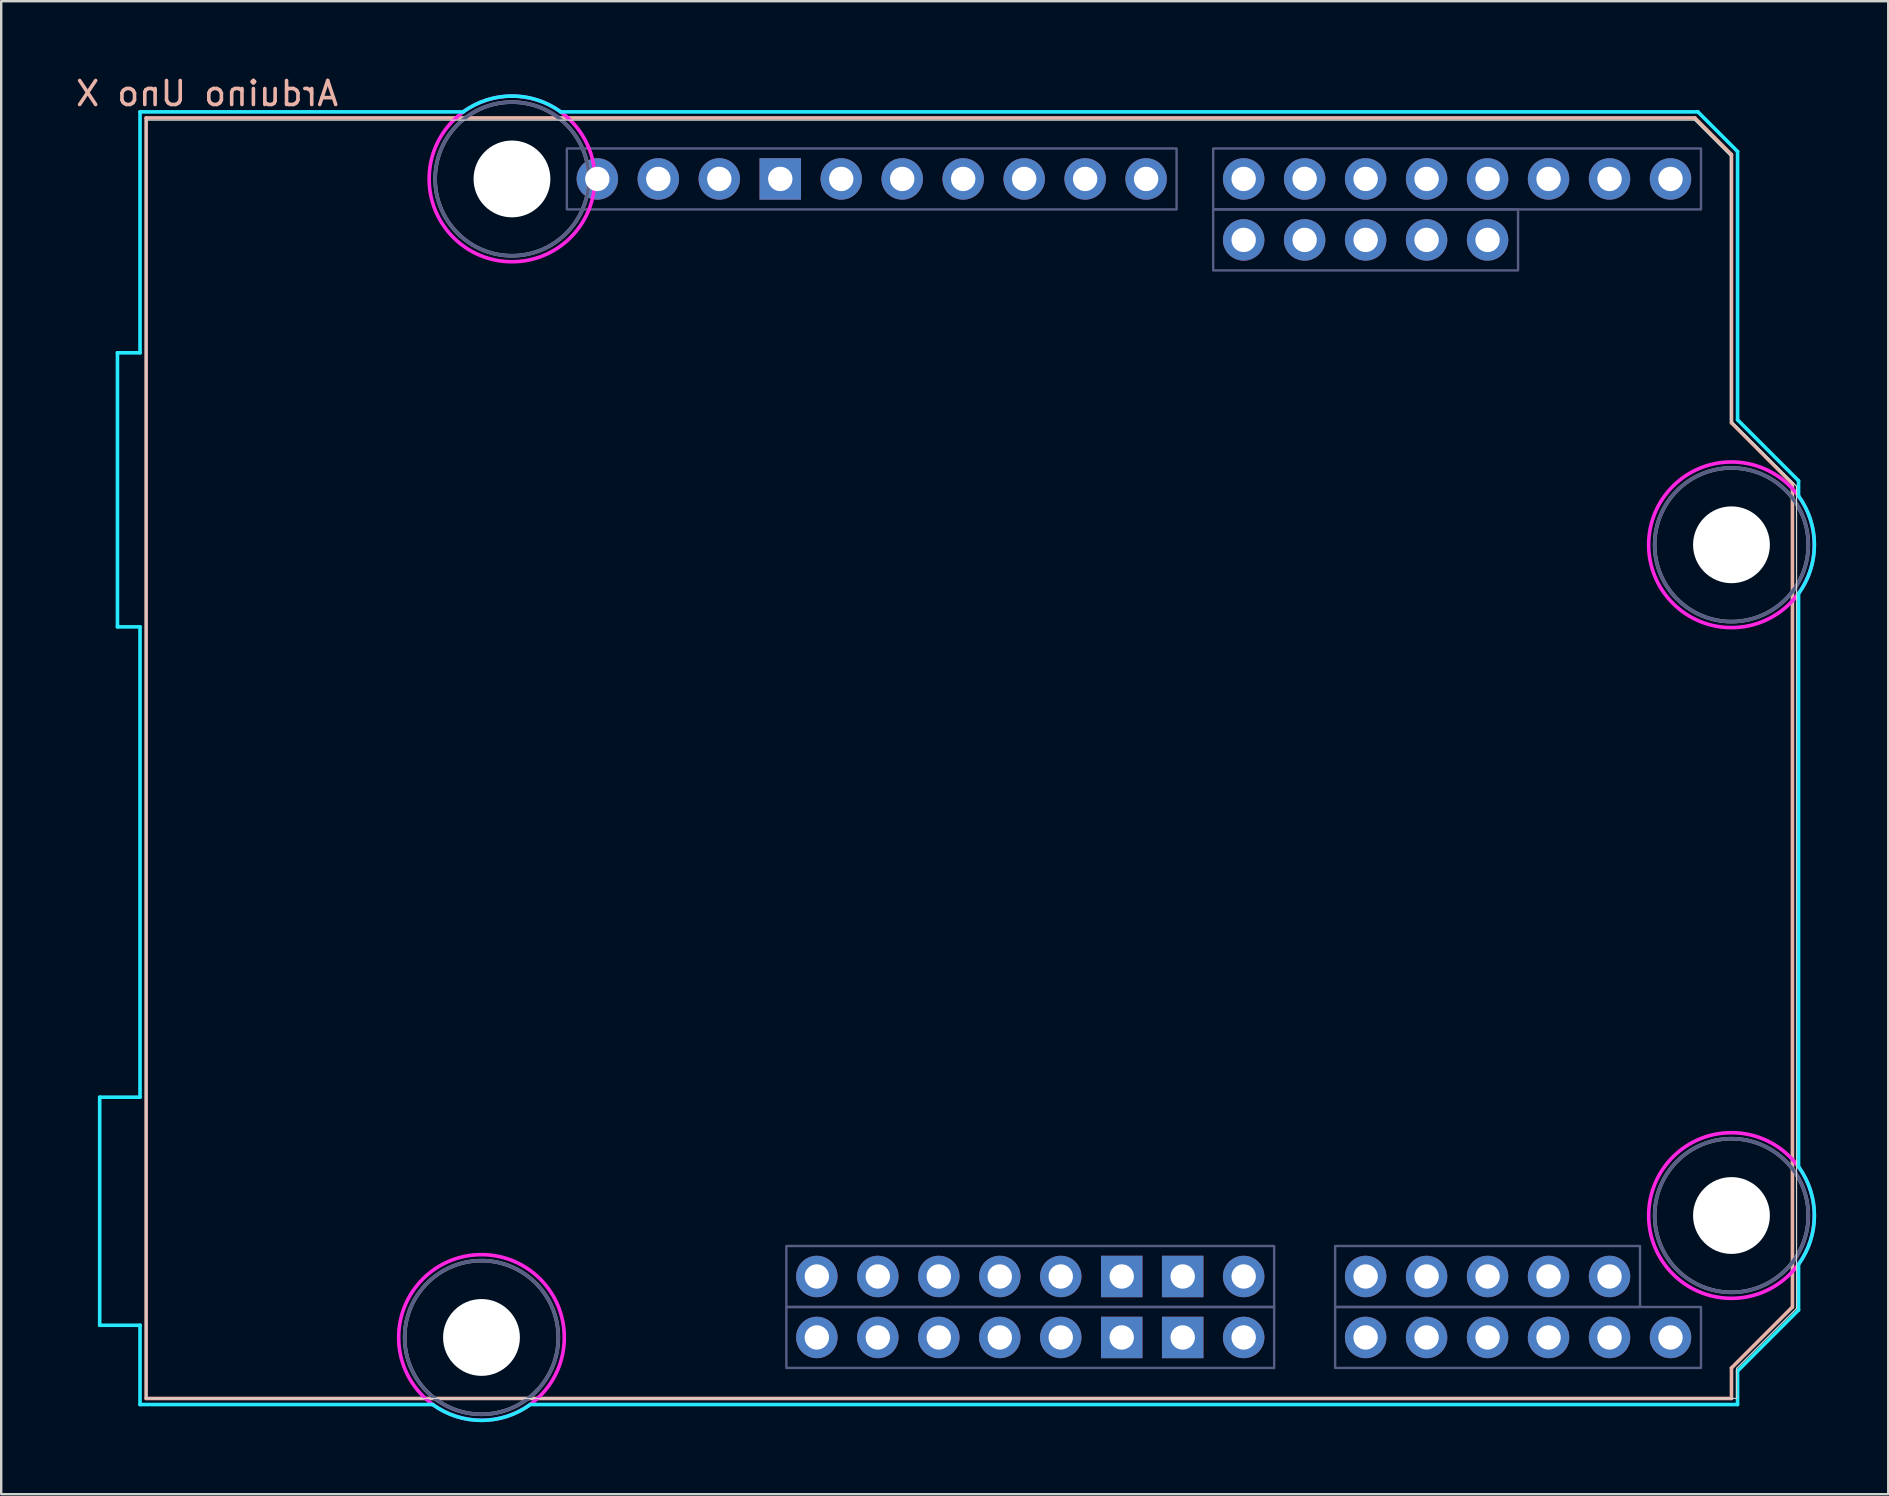
<source format=kicad_pcb>
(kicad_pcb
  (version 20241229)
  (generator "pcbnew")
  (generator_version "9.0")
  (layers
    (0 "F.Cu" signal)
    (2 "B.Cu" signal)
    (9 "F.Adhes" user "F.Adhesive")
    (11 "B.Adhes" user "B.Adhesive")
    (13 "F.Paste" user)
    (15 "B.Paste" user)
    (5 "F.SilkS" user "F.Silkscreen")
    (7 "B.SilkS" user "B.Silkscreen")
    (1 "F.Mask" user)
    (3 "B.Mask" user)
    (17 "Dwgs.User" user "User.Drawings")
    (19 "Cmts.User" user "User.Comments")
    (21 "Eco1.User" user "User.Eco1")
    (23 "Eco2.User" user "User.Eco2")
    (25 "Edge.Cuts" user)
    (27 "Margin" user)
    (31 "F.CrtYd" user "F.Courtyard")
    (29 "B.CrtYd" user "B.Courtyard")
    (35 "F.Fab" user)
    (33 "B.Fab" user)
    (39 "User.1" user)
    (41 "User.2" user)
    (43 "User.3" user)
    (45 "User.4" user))
  (footprint "Arduino Uno X"
    (layer "F.Cu")
    (at 3.037 55.204)
    (property "Reference" "Arduino Uno X" (at 2.54 -54.356 0) (layer "B.SilkS") (effects (font (size 1 1) (thickness 0.15)) (justify mirror)))
    (attr through_hole)
    (fp_line (start 0 -53.34) (end 0 0) (stroke (width 0.15) (type solid)) (layer "B.SilkS"))
    (fp_line (start 0 -53.34) (end 64.516 -53.34) (stroke (width 0.15) (type solid)) (layer "B.SilkS"))
    (fp_line (start 0 0) (end 66.04 0) (stroke (width 0.15) (type solid)) (layer "B.SilkS"))
    (fp_line (start 64.516 -53.34) (end 66.04 -51.816) (stroke (width 0.15) (type solid)) (layer "B.SilkS"))
    (fp_line (start 66.04 -40.64) (end 66.04 -51.816) (stroke (width 0.15) (type solid)) (layer "B.SilkS"))
    (fp_line (start 66.04 -1.27) (end 68.58 -3.81) (stroke (width 0.15) (type solid)) (layer "B.SilkS"))
    (fp_line (start 66.04 0) (end 66.04 -1.27) (stroke (width 0.15) (type solid)) (layer "B.SilkS"))
    (fp_line (start 68.58 -38.1) (end 66.04 -40.64) (stroke (width 0.15) (type solid)) (layer "B.SilkS"))
    (fp_line (start 68.58 -3.81) (end 68.58 -38.1) (stroke (width 0.15) (type solid)) (layer "B.SilkS"))
    (fp_line (start 0 -53.25) (end 64.5 -53.25) (stroke (width 0.05) (type default)) (layer "Edge.Cuts"))
    (fp_line (start 0 0) (end 0 -53.25) (stroke (width 0.05) (type default)) (layer "Edge.Cuts"))
    (fp_line (start 64.5 -53.25) (end 66 -51.75) (stroke (width 0.05) (type default)) (layer "Edge.Cuts"))
    (fp_line (start 66 -51.75) (end 66 -40.75) (stroke (width 0.05) (type default)) (layer "Edge.Cuts"))
    (fp_line (start 66 -40.75) (end 68.75 -38) (stroke (width 0.05) (type default)) (layer "Edge.Cuts"))
    (fp_line (start 66.25 -1.25) (end 66.25 0) (stroke (width 0.05) (type default)) (layer "Edge.Cuts"))
    (fp_line (start 66.25 0) (end 0 0) (stroke (width 0.05) (type default)) (layer "Edge.Cuts"))
    (fp_line (start 68.75 -38) (end 68.75 -3.75) (stroke (width 0.05) (type default)) (layer "Edge.Cuts"))
    (fp_line (start 68.75 -3.75) (end 66.25 -1.25) (stroke (width 0.05) (type default)) (layer "Edge.Cuts"))
    (fp_line (start -1.934 -12.548) (end -1.934 -3.049) (stroke (width 0.15) (type solid)) (layer "B.CrtYd"))
    (fp_line (start -1.934 -12.548) (end -0.254 -12.548) (stroke (width 0.15) (type solid)) (layer "B.CrtYd"))
    (fp_line (start -1.934 -3.049) (end -0.254 -3.049) (stroke (width 0.15) (type solid)) (layer "B.CrtYd"))
    (fp_line (start -1.194 -43.558) (end -0.254 -43.558) (stroke (width 0.15) (type solid)) (layer "B.CrtYd"))
    (fp_line (start -1.194 -32.14) (end -1.194 -43.558) (stroke (width 0.15) (type solid)) (layer "B.CrtYd"))
    (fp_line (start -0.254 -53.594) (end -0.254 -43.558) (stroke (width 0.15) (type solid)) (layer "B.CrtYd"))
    (fp_line (start -0.254 -32.14) (end -1.194 -32.14) (stroke (width 0.15) (type solid)) (layer "B.CrtYd"))
    (fp_line (start -0.254 -32.14) (end -0.254 -12.548) (stroke (width 0.15) (type solid)) (layer "B.CrtYd"))
    (fp_line (start -0.254 -3.049) (end -0.254 0.254) (stroke (width 0.15) (type solid)) (layer "B.CrtYd"))
    (fp_line (start 11.938 0.254) (end -0.254 0.254) (stroke (width 0.15) (type solid)) (layer "B.CrtYd"))
    (fp_line (start 13.208 -53.594) (end -0.254 -53.594) (stroke (width 0.15) (type solid)) (layer "B.CrtYd"))
    (fp_line (start 16.002 0.254) (end 66.294 0.254) (stroke (width 0.15) (type solid)) (layer "B.CrtYd"))
    (fp_line (start 17.272 -53.594) (end 64.643 -53.594) (stroke (width 0.15) (type solid)) (layer "B.CrtYd"))
    (fp_line (start 64.643 -53.594) (end 66.294 -51.943) (stroke (width 0.15) (type solid)) (layer "B.CrtYd"))
    (fp_line (start 66.294 -40.767) (end 66.294 -51.943) (stroke (width 0.15) (type solid)) (layer "B.CrtYd"))
    (fp_line (start 66.294 -1.143) (end 68.834 -3.683) (stroke (width 0.15) (type solid)) (layer "B.CrtYd"))
    (fp_line (start 66.294 0.254) (end 66.294 -1.143) (stroke (width 0.15) (type solid)) (layer "B.CrtYd"))
    (fp_line (start 68.834 -38.227) (end 66.294 -40.767) (stroke (width 0.15) (type solid)) (layer "B.CrtYd"))
    (fp_line (start 68.834 -38.227) (end 68.834 -37.592) (stroke (width 0.15) (type solid)) (layer "B.CrtYd"))
    (fp_line (start 68.834 -9.652) (end 68.834 -33.528) (stroke (width 0.15) (type solid)) (layer "B.CrtYd"))
    (fp_line (start 68.834 -5.588) (end 68.834 -3.683) (stroke (width 0.15) (type solid)) (layer "B.CrtYd"))
    (fp_arc (start 13.208 -53.594) (mid 15.24 -54.254237) (end 17.272 -53.594) (stroke (width 0.15) (type solid)) (layer "B.CrtYd"))
    (fp_arc (start 16.002 0.254) (mid 13.97 0.914237) (end 11.938 0.254) (stroke (width 0.15) (type solid)) (layer "B.CrtYd"))
    (fp_arc (start 68.834 -37.592) (mid 69.494238 -35.56) (end 68.834 -33.528) (stroke (width 0.15) (type solid)) (layer "B.CrtYd"))
    (fp_arc (start 68.834 -9.652) (mid 69.494238 -7.62) (end 68.834 -5.588) (stroke (width 0.15) (type solid)) (layer "B.CrtYd"))
    (fp_circle (center 13.97 -2.54) (end 17.42 -2.54) (stroke (width 0.15) (type solid)) (fill no) (layer "F.CrtYd"))
    (fp_circle (center 15.24 -50.8) (end 18.69 -50.8) (stroke (width 0.15) (type solid)) (fill no) (layer "F.CrtYd"))
    (fp_circle (center 66.04 -35.56) (end 69.49 -35.56) (stroke (width 0.15) (type solid)) (fill no) (layer "F.CrtYd"))
    (fp_circle (center 66.04 -7.62) (end 69.49 -7.62) (stroke (width 0.15) (type solid)) (fill no) (layer "F.CrtYd"))
    (fp_rect (start 17.526 -52.07) (end 42.926 -49.53) (stroke (width 0.1) (type solid)) (fill no) (layer "B.Fab"))
    (fp_rect (start 26.67 -6.35) (end 46.99 -3.81) (stroke (width 0.1) (type solid)) (fill no) (layer "B.Fab"))
    (fp_rect (start 26.67 -3.81) (end 46.99 -1.27) (stroke (width 0.1) (type solid)) (fill no) (layer "B.Fab"))
    (fp_rect (start 44.45 -52.07) (end 64.77 -49.53) (stroke (width 0.1) (type solid)) (fill no) (layer "B.Fab"))
    (fp_rect (start 44.45 -49.53) (end 57.15 -46.99) (stroke (width 0.1) (type solid)) (fill no) (layer "B.Fab"))
    (fp_rect (start 49.53 -6.35) (end 62.23 -3.81) (stroke (width 0.1) (type solid)) (fill no) (layer "B.Fab"))
    (fp_rect (start 49.53 -3.81) (end 64.77 -1.27) (stroke (width 0.1) (type solid)) (fill no) (layer "B.Fab"))
    (fp_circle (center 13.97 -2.54) (end 17.17 -2.54) (stroke (width 0.15) (type solid)) (fill no) (layer "B.Fab"))
    (fp_circle (center 15.24 -50.8) (end 18.44 -50.8) (stroke (width 0.15) (type solid)) (fill no) (layer "B.Fab"))
    (fp_circle (center 66.04 -35.56) (end 69.24 -35.56) (stroke (width 0.15) (type solid)) (fill no) (layer "B.Fab"))
    (fp_circle (center 66.04 -7.62) (end 69.24 -7.62) (stroke (width 0.15) (type solid)) (fill no) (layer "B.Fab"))
    (fp_circle (center 13.97 -2.54) (end 17.17 -2.54) (stroke (width 0.15) (type solid)) (fill no) (layer "F.Fab"))
    (fp_circle (center 15.24 -50.8) (end 18.44 -50.8) (stroke (width 0.15) (type solid)) (fill no) (layer "F.Fab"))
    (fp_circle (center 66.04 -35.56) (end 69.24 -35.56) (stroke (width 0.15) (type solid)) (fill no) (layer "F.Fab"))
    (fp_circle (center 66.04 -7.62) (end 69.24 -7.62) (stroke (width 0.15) (type solid)) (fill no) (layer "F.Fab"))
    (pad "" np_thru_hole circle (at 13.97 -2.54) (size 3.2 3.2) (drill 3.2) (layers "*.Cu" "*.Mask"))
    (pad "" np_thru_hole circle (at 15.24 -50.8) (size 3.2 3.2) (drill 3.2) (layers "*.Cu" "*.Mask"))
    (pad "" np_thru_hole circle (at 66.04 -35.56) (size 3.2 3.2) (drill 3.2) (layers "*.Cu" "*.Mask"))
    (pad "" np_thru_hole circle (at 66.04 -7.62) (size 3.2 3.2) (drill 3.2) (layers "*.Cu" "*.Mask"))
    (pad "3V3" thru_hole oval (at 35.56 -5.08) (size 1.727 1.727) (drill 1.016) (layers "*.Cu" "*.Mask"))
    (pad "3V3" thru_hole oval (at 35.56 -2.54) (size 1.727 1.727) (drill 1.016) (layers "*.Cu" "*.Mask"))
    (pad "5V1" thru_hole oval (at 38.1 -5.08) (size 1.727 1.727) (drill 1.016) (layers "*.Cu" "*.Mask"))
    (pad "5V1" thru_hole oval (at 38.1 -2.54) (size 1.727 1.727) (drill 1.016) (layers "*.Cu" "*.Mask"))
    (pad "A0" thru_hole oval (at 50.8 -2.54) (size 1.727 1.727) (drill 1.016) (layers "*.Cu" "*.Mask"))
    (pad "A1" thru_hole oval (at 53.34 -2.54) (size 1.727 1.727) (drill 1.016) (layers "*.Cu" "*.Mask"))
    (pad "A2" thru_hole oval (at 55.88 -2.54) (size 1.727 1.727) (drill 1.016) (layers "*.Cu" "*.Mask"))
    (pad "A3" thru_hole oval (at 58.42 -2.54) (size 1.727 1.727) (drill 1.016) (layers "*.Cu" "*.Mask"))
    (pad "A4" thru_hole oval (at 60.96 -2.54) (size 1.727 1.727) (drill 1.016) (layers "*.Cu" "*.Mask"))
    (pad "A5" thru_hole oval (at 63.5 -2.54) (size 1.727 1.727) (drill 1.016) (layers "*.Cu" "*.Mask"))
    (pad "AREF" thru_hole oval (at 23.876 -50.8) (size 1.727 1.727) (drill 1.016) (layers "*.Cu" "*.Mask"))
    (pad "BOOT" thru_hole oval (at 27.94 -2.54) (size 1.727 1.727) (drill 1.016) (layers "*.Cu" "*.Mask"))
    (pad "D0" thru_hole oval (at 63.5 -50.8) (size 1.727 1.727) (drill 1.016) (layers "*.Cu" "*.Mask"))
    (pad "D1" thru_hole oval (at 60.96 -50.8) (size 1.727 1.727) (drill 1.016) (layers "*.Cu" "*.Mask"))
    (pad "D2" thru_hole oval (at 58.42 -50.8) (size 1.727 1.727) (drill 1.016) (layers "*.Cu" "*.Mask"))
    (pad "D3" thru_hole oval (at 55.88 -50.8) (size 1.727 1.727) (drill 1.016) (layers "*.Cu" "*.Mask"))
    (pad "D4" thru_hole oval (at 53.34 -50.8) (size 1.727 1.727) (drill 1.016) (layers "*.Cu" "*.Mask"))
    (pad "D5" thru_hole oval (at 50.8 -50.8) (size 1.727 1.727) (drill 1.016) (layers "*.Cu" "*.Mask"))
    (pad "D6" thru_hole oval (at 48.26 -50.8) (size 1.727 1.727) (drill 1.016) (layers "*.Cu" "*.Mask"))
    (pad "D7" thru_hole oval (at 45.72 -50.8) (size 1.727 1.727) (drill 1.016) (layers "*.Cu" "*.Mask"))
    (pad "D8" thru_hole oval (at 41.656 -50.8) (size 1.727 1.727) (drill 1.016) (layers "*.Cu" "*.Mask"))
    (pad "D9" thru_hole oval (at 39.116 -50.8) (size 1.727 1.727) (drill 1.016) (layers "*.Cu" "*.Mask"))
    (pad "D10" thru_hole oval (at 36.576 -50.8) (size 1.727 1.727) (drill 1.016) (layers "*.Cu" "*.Mask"))
    (pad "D11" thru_hole oval (at 34.036 -50.8) (size 1.727 1.727) (drill 1.016) (layers "*.Cu" "*.Mask"))
    (pad "D12" thru_hole oval (at 31.496 -50.8) (size 1.727 1.727) (drill 1.016) (layers "*.Cu" "*.Mask"))
    (pad "D13" thru_hole oval (at 28.956 -50.8) (size 1.727 1.727) (drill 1.016) (layers "*.Cu" "*.Mask"))
    (pad "D14" thru_hole oval (at 55.88 -48.26) (size 1.727 1.727) (drill 1.016) (layers "*.Cu" "*.Mask"))
    (pad "D15" thru_hole oval (at 53.34 -48.26) (size 1.727 1.727) (drill 1.016) (layers "*.Cu" "*.Mask"))
    (pad "D16" thru_hole oval (at 50.8 -48.26) (size 1.727 1.727) (drill 1.016) (layers "*.Cu" "*.Mask"))
    (pad "D17" thru_hole oval (at 48.26 -48.26) (size 1.727 1.727) (drill 1.016) (layers "*.Cu" "*.Mask"))
    (pad "D18" thru_hole oval (at 45.72 -48.26) (size 1.727 1.727) (drill 1.016) (layers "*.Cu" "*.Mask"))
    (pad "D19" thru_hole oval (at 60.96 -5.08) (size 1.727 1.727) (drill 1.016) (layers "*.Cu" "*.Mask"))
    (pad "D20" thru_hole oval (at 58.42 -5.08) (size 1.727 1.727) (drill 1.016) (layers "*.Cu" "*.Mask"))
    (pad "D21" thru_hole oval (at 55.88 -5.08) (size 1.727 1.727) (drill 1.016) (layers "*.Cu" "*.Mask"))
    (pad "D22" thru_hole oval (at 53.34 -5.08) (size 1.727 1.727) (drill 1.016) (layers "*.Cu" "*.Mask"))
    (pad "D23" thru_hole oval (at 50.8 -5.08) (size 1.727 1.727) (drill 1.016) (layers "*.Cu" "*.Mask"))
    (pad "GND1" thru_hole rect (at 26.416 -50.8) (size 1.727 1.727) (drill 1.016) (layers "*.Cu" "*.Mask"))
    (pad "GND2" thru_hole rect (at 40.64 -5.08) (size 1.727 1.727) (drill 1.016) (layers "*.Cu" "*.Mask"))
    (pad "GND2" thru_hole rect (at 40.64 -2.54) (size 1.727 1.727) (drill 1.016) (layers "*.Cu" "*.Mask"))
    (pad "GND3" thru_hole rect (at 43.18 -5.08) (size 1.727 1.727) (drill 1.016) (layers "*.Cu" "*.Mask"))
    (pad "GND3" thru_hole rect (at 43.18 -2.54) (size 1.727 1.727) (drill 1.016) (layers "*.Cu" "*.Mask"))
    (pad "IORF" thru_hole oval (at 30.48 -2.54) (size 1.727 1.727) (drill 1.016) (layers "*.Cu" "*.Mask"))
    (pad "PWR1" thru_hole oval (at 33.02 -5.08) (size 1.727 1.727) (drill 1.016) (layers "*.Cu" "*.Mask"))
    (pad "PWR2" thru_hole oval (at 30.48 -5.08) (size 1.727 1.727) (drill 1.016) (layers "*.Cu" "*.Mask"))
    (pad "PWR3" thru_hole oval (at 27.94 -5.08) (size 1.727 1.727) (drill 1.016) (layers "*.Cu" "*.Mask"))
    (pad "RST1" thru_hole oval (at 33.02 -2.54) (size 1.727 1.727) (drill 1.016) (layers "*.Cu" "*.Mask"))
    (pad "SCL" thru_hole oval (at 18.796 -50.8) (size 1.727 1.727) (drill 1.016) (layers "*.Cu" "*.Mask"))
    (pad "SDA" thru_hole oval (at 21.336 -50.8) (size 1.727 1.727) (drill 1.016) (layers "*.Cu" "*.Mask"))
    (pad "VIN" thru_hole oval (at 45.72 -5.08) (size 1.727 1.727) (drill 1.016) (layers "*.Cu" "*.Mask"))
    (pad "VIN" thru_hole oval (at 45.72 -2.54) (size 1.727 1.727) (drill 1.016) (layers "*.Cu" "*.Mask")))
  (gr_rect
    (start -3 -3)
    (end 75.607 59.193)
    (stroke (width 0.1) (type default))
    (fill no)
    (layer "Edge.Cuts")))
</source>
